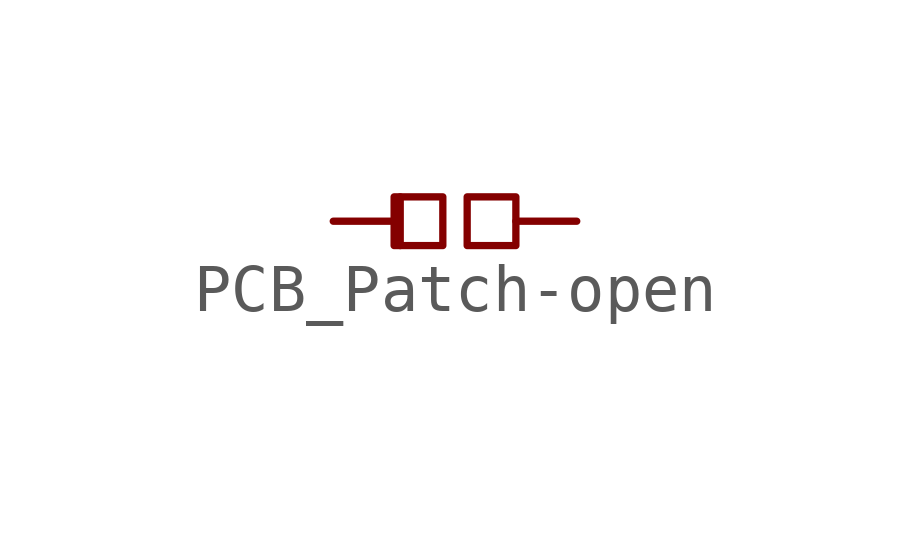
<source format=kicad_sym>
(kicad_symbol_lib
  (version 20231120)
  (generator "kicad_symbol_editor")
  (generator_version "8.0")
  (symbol "PCB_Patch-open"
    (pin_numbers hide)
    (pin_names
      (offset 0.762) hide)
    (property "Reference" "JP"
      (at 0 2.032 0)
      (effects (font (size 1.27 1.27)) (hide yes)))
    (symbol "PCB_Patch-open_0_1"
      (rectangle (start -0.254 0.508) (end -1.27 -0.508) (stroke (width 0) (type default)) (fill (type none)))
      (polyline (pts (xy -1.143 0.508) (xy -1.143 -0.508)) (stroke (width 0) (type default)) (fill (type none)))
      (rectangle (start 0.254 0.508) (end 1.27 -0.508) (stroke (width 0) (type default)) (fill (type none))))
    (symbol "PCB_Patch-open_1_1"
      (pin passive line (at -2.54 0 0) (length 1.27) (name "1" (effects (font (size 1.27 1.27)))) (number "1" (effects (font (size 1.27 1.27)))))
      (pin passive line (at 2.54 0 180) (length 1.27) (name "2" (effects (font (size 1.27 1.27)))) (number "2" (effects (font (size 1.27 1.27))))))))
</source>
